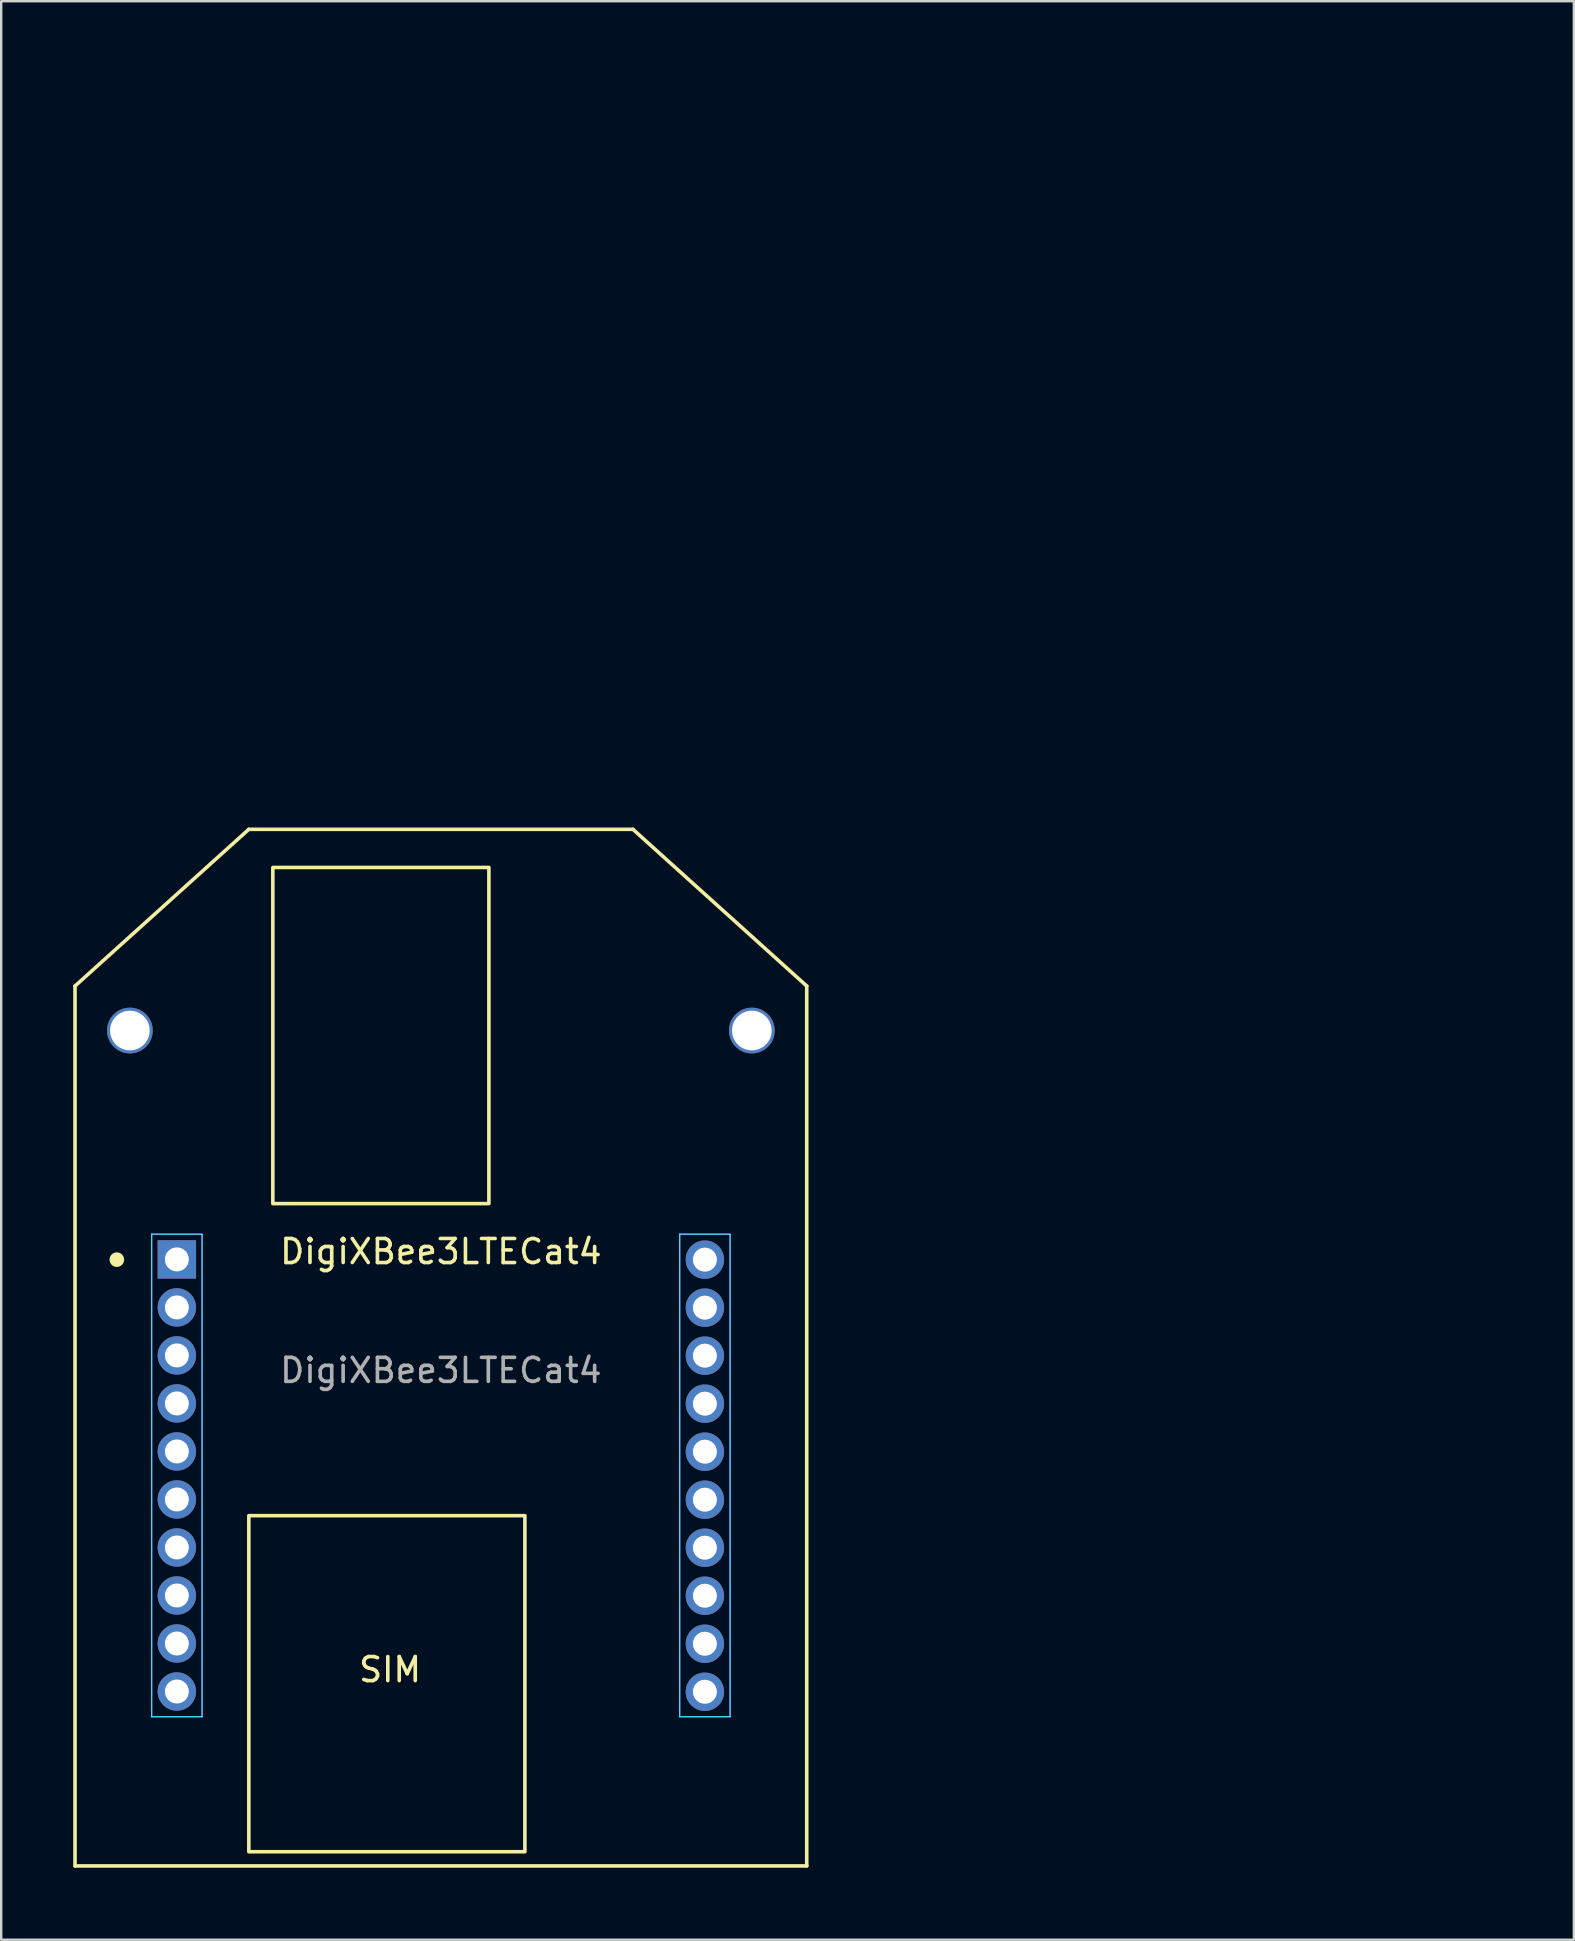
<source format=kicad_pcb>
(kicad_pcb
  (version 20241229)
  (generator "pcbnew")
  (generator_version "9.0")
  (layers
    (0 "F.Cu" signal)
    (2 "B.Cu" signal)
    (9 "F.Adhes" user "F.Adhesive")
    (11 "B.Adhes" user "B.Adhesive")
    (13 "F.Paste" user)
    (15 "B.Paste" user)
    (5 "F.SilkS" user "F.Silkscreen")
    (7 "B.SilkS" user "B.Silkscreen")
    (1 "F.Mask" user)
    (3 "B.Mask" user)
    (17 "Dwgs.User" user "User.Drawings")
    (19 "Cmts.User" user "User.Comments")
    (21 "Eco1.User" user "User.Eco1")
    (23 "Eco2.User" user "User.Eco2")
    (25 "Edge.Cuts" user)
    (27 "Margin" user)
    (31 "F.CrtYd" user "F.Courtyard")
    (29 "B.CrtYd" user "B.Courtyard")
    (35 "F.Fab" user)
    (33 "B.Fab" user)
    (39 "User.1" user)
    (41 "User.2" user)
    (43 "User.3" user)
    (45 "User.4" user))
  (footprint "DigiXBee3LTECat4"
    (layer "F.Cu")
    (at 15.315 53.086)
    (property "Reference" "DigiXBee3LTECat4" (at 0 -4 0) (unlocked yes) (layer "F.SilkS") (effects (font (size 1 1) (thickness 0.15))))
    (attr through_hole)
    (fp_line (start -15.24 -15.062) (end -15.24 21.59) (stroke (width 0.15) (type default)) (layer "F.SilkS"))
    (fp_line (start -15.24 -15.062) (end -8.001 -21.59) (stroke (width 0.15) (type default)) (layer "F.SilkS"))
    (fp_line (start -8.001 -21.59) (end 8.001 -21.59) (stroke (width 0.15) (type default)) (layer "F.SilkS"))
    (fp_line (start 15.24 -15.062) (end 8.001 -21.59) (stroke (width 0.15) (type default)) (layer "F.SilkS"))
    (fp_line (start 15.24 -15.062) (end 15.24 21.59) (stroke (width 0.15) (type default)) (layer "F.SilkS"))
    (fp_line (start 15.24 21.59) (end -15.24 21.59) (stroke (width 0.15) (type default)) (layer "F.SilkS"))
    (fp_rect (start -8 7) (end 3.5 21) (stroke (width 0.15) (type default)) (fill no) (layer "F.SilkS"))
    (fp_rect (start -7 -20) (end 2 -6) (stroke (width 0.15) (type default)) (fill no) (layer "F.SilkS"))
    (fp_circle (center -13.498 -3.664) (end -13.244 -3.664) (stroke (width 0.1) (type solid)) (fill yes) (layer "F.SilkS"))
    (fp_line (start -12.048 -4.724) (end -12.048 15.376) (stroke (width 0.05) (type default)) (layer "B.CrtYd"))
    (fp_line (start -12.048 -4.724) (end -9.948 -4.724) (stroke (width 0.05) (type default)) (layer "B.CrtYd"))
    (fp_line (start -12.048 15.376) (end -9.948 15.376) (stroke (width 0.05) (type default)) (layer "B.CrtYd"))
    (fp_line (start -9.948 -4.724) (end -9.948 15.376) (stroke (width 0.05) (type default)) (layer "B.CrtYd"))
    (fp_line (start 9.948 -4.724) (end 9.948 15.376) (stroke (width 0.05) (type default)) (layer "B.CrtYd"))
    (fp_line (start 12.048 -4.724) (end 9.948 -4.724) (stroke (width 0.05) (type default)) (layer "B.CrtYd"))
    (fp_line (start 12.048 -4.724) (end 12.048 15.376) (stroke (width 0.05) (type default)) (layer "B.CrtYd"))
    (fp_line (start 12.048 15.376) (end 9.948 15.376) (stroke (width 0.05) (type default)) (layer "B.CrtYd"))
    (fp_line (start -12.048 -4.724) (end -12.048 15.376) (stroke (width 0.05) (type default)) (layer "F.CrtYd"))
    (fp_line (start -12.048 -4.724) (end -9.948 -4.724) (stroke (width 0.05) (type default)) (layer "F.CrtYd"))
    (fp_line (start -12.048 15.376) (end -9.948 15.376) (stroke (width 0.05) (type default)) (layer "F.CrtYd"))
    (fp_line (start -9.948 -4.724) (end -9.948 15.376) (stroke (width 0.05) (type default)) (layer "F.CrtYd"))
    (fp_line (start 9.948 -4.724) (end 9.948 15.376) (stroke (width 0.05) (type default)) (layer "F.CrtYd"))
    (fp_line (start 12.048 -4.724) (end 9.948 -4.724) (stroke (width 0.05) (type default)) (layer "F.CrtYd"))
    (fp_line (start 12.048 -4.724) (end 12.048 15.376) (stroke (width 0.05) (type default)) (layer "F.CrtYd"))
    (fp_line (start 12.048 15.376) (end 9.948 15.376) (stroke (width 0.05) (type default)) (layer "F.CrtYd"))
    (fp_text user "SIM" (at -3.5 14 0) (unlocked yes) (layer "F.SilkS") (effects (font (size 1 1) (thickness 0.15)) (justify left bottom)))
    (fp_text user "${REFERENCE}" (at 0 0.95 0) (unlocked yes) (layer "F.Fab") (effects (font (size 1 1) (thickness 0.15))))
    (pad "" np_thru_hole circle (at -12.954 -13.208) (size 1.905 1.905) (drill 1.651) (layers "*.Cu" "*.Mask"))
    (pad "" np_thru_hole circle (at 12.954 -13.208) (size 1.905 1.905) (drill 1.651) (layers "*.Cu" "*.Mask"))
    (pad "1" thru_hole rect (at -10.998 -3.674) (size 1.6 1.6) (drill 1) (layers "*.Cu" "*.Mask"))
    (pad "2" thru_hole oval (at -10.998 -1.674) (size 1.6 1.6) (drill 1) (layers "*.Cu" "*.Mask"))
    (pad "3" thru_hole oval (at -10.998 0.326) (size 1.6 1.6) (drill 1) (layers "*.Cu" "*.Mask"))
    (pad "4" thru_hole oval (at -10.998 2.326) (size 1.6 1.6) (drill 1) (layers "*.Cu" "*.Mask"))
    (pad "5" thru_hole oval (at -10.998 4.326) (size 1.6 1.6) (drill 1) (layers "*.Cu" "*.Mask"))
    (pad "6" thru_hole oval (at -10.998 6.326) (size 1.6 1.6) (drill 1) (layers "*.Cu" "*.Mask"))
    (pad "7" thru_hole oval (at -10.998 8.326) (size 1.6 1.6) (drill 1) (layers "*.Cu" "*.Mask"))
    (pad "8" thru_hole oval (at -10.998 10.326) (size 1.6 1.6) (drill 1) (layers "*.Cu" "*.Mask"))
    (pad "9" thru_hole oval (at -10.998 12.326) (size 1.6 1.6) (drill 1) (layers "*.Cu" "*.Mask"))
    (pad "10" thru_hole oval (at -10.998 14.326) (size 1.6 1.6) (drill 1) (layers "*.Cu" "*.Mask"))
    (pad "11" thru_hole oval (at 10.998 14.336) (size 1.6 1.6) (drill 1) (layers "*.Cu" "*.Mask"))
    (pad "12" thru_hole oval (at 10.998 12.336) (size 1.6 1.6) (drill 1) (layers "*.Cu" "*.Mask"))
    (pad "13" thru_hole oval (at 10.998 10.336) (size 1.6 1.6) (drill 1) (layers "*.Cu" "*.Mask"))
    (pad "14" thru_hole oval (at 10.998 8.336) (size 1.6 1.6) (drill 1) (layers "*.Cu" "*.Mask"))
    (pad "15" thru_hole oval (at 10.998 6.336) (size 1.6 1.6) (drill 1) (layers "*.Cu" "*.Mask"))
    (pad "16" thru_hole oval (at 10.998 4.336) (size 1.6 1.6) (drill 1) (layers "*.Cu" "*.Mask"))
    (pad "17" thru_hole oval (at 10.998 2.336) (size 1.6 1.6) (drill 1) (layers "*.Cu" "*.Mask"))
    (pad "18" thru_hole oval (at 10.998 0.336) (size 1.6 1.6) (drill 1) (layers "*.Cu" "*.Mask"))
    (pad "19" thru_hole oval (at 10.998 -1.664) (size 1.6 1.6) (drill 1) (layers "*.Cu" "*.Mask"))
    (pad "20" thru_hole oval (at 10.998 -3.664) (size 1.6 1.6) (drill 1) (layers "*.Cu" "*.Mask"))
    (zone (net_name "") (layers "F.Cu" "F.Mask" "B.Cu" "B.Mask" "F.SilkS" "B.SilkS" "F.Adhes" "B.Adhes" "F.Paste" "B.Paste" "Margin" "B.CrtYd" "F.CrtYd") (name "LTEMHOLE1") (hatch edge 0.5) (connect_pads) (min_thickness 0.25) (filled_areas_thickness no) (keepout (tracks not_allowed) (vias allowed) (pads allowed) (copperpour not_allowed) (footprints allowed)) (placement (enabled no)) (fill) (polygon (pts (xy 3.813 39.878) (xy 3.794 39.639) (xy 3.735 39.406) (xy 3.638 39.187) (xy 3.507 38.986) (xy 3.345 38.809) (xy 3.155 38.662) (xy 2.944 38.548) (xy 2.718 38.47) (xy 2.481 38.43) (xy 2.241 38.43) (xy 2.004 38.47) (xy 1.778 38.548) (xy 1.567 38.662) (xy 1.377 38.809) (xy 1.215 38.986) (xy 1.084 39.187) (xy 0.987 39.406) (xy 0.928 39.639) (xy 0.908 39.878) (xy 0.928 40.117) (xy 0.987 40.35) (xy 1.084 40.569) (xy 1.215 40.77) (xy 1.377 40.947) (xy 1.567 41.094) (xy 1.778 41.208) (xy 2.004 41.286) (xy 2.241 41.326) (xy 2.481 41.326) (xy 2.718 41.286) (xy 2.944 41.208) (xy 3.155 41.094) (xy 3.345 40.947) (xy 3.507 40.77) (xy 3.638 40.569) (xy 3.735 40.35) (xy 3.794 40.117))))
    (zone (net_name "") (layers "F.Cu" "F.Mask" "B.Cu" "B.Mask" "F.SilkS" "B.SilkS" "F.Adhes" "B.Adhes" "F.Paste" "B.Paste" "Margin" "B.CrtYd" "F.CrtYd") (name "LTEMHOLE1") (hatch edge 0.5) (connect_pads) (min_thickness 0.25) (filled_areas_thickness no) (keepout (tracks not_allowed) (vias allowed) (pads allowed) (copperpour not_allowed) (footprints allowed)) (placement (enabled no)) (fill) (polygon (pts (xy 29.721 39.878) (xy 29.702 39.639) (xy 29.643 39.406) (xy 29.546 39.187) (xy 29.415 38.986) (xy 29.253 38.809) (xy 29.063 38.662) (xy 28.852 38.548) (xy 28.626 38.47) (xy 28.389 38.43) (xy 28.149 38.43) (xy 27.912 38.47) (xy 27.686 38.548) (xy 27.475 38.662) (xy 27.285 38.809) (xy 27.123 38.986) (xy 26.992 39.187) (xy 26.895 39.406) (xy 26.836 39.639) (xy 26.817 39.878) (xy 26.836 40.117) (xy 26.895 40.35) (xy 26.992 40.569) (xy 27.123 40.77) (xy 27.285 40.947) (xy 27.475 41.094) (xy 27.686 41.208) (xy 27.912 41.286) (xy 28.149 41.326) (xy 28.389 41.326) (xy 28.626 41.286) (xy 28.852 41.208) (xy 29.063 41.094) (xy 29.253 40.947) (xy 29.415 40.77) (xy 29.546 40.569) (xy 29.643 40.35) (xy 29.702 40.117))))
    (zone (net_name "") (layers "F.Cu" "B.Cu" "F.Paste" "B.Paste") (name "BLEKEEPOUT") (hatch edge 0.5) (connect_pads) (min_thickness 0.25) (filled_areas_thickness no) (keepout (tracks not_allowed) (vias allowed) (pads allowed) (copperpour not_allowed) (footprints allowed)) (placement (enabled no)) (fill) (polygon (pts (xy 18.363 0) (xy 59.511 0) (xy 59.511 40.894) (xy 18.363 40.894)))))
  (gr_rect
    (start -3 -3)
    (end 62.511 77.751)
    (stroke (width 0.1) (type default))
    (fill no)
    (layer "Edge.Cuts")))
</source>
